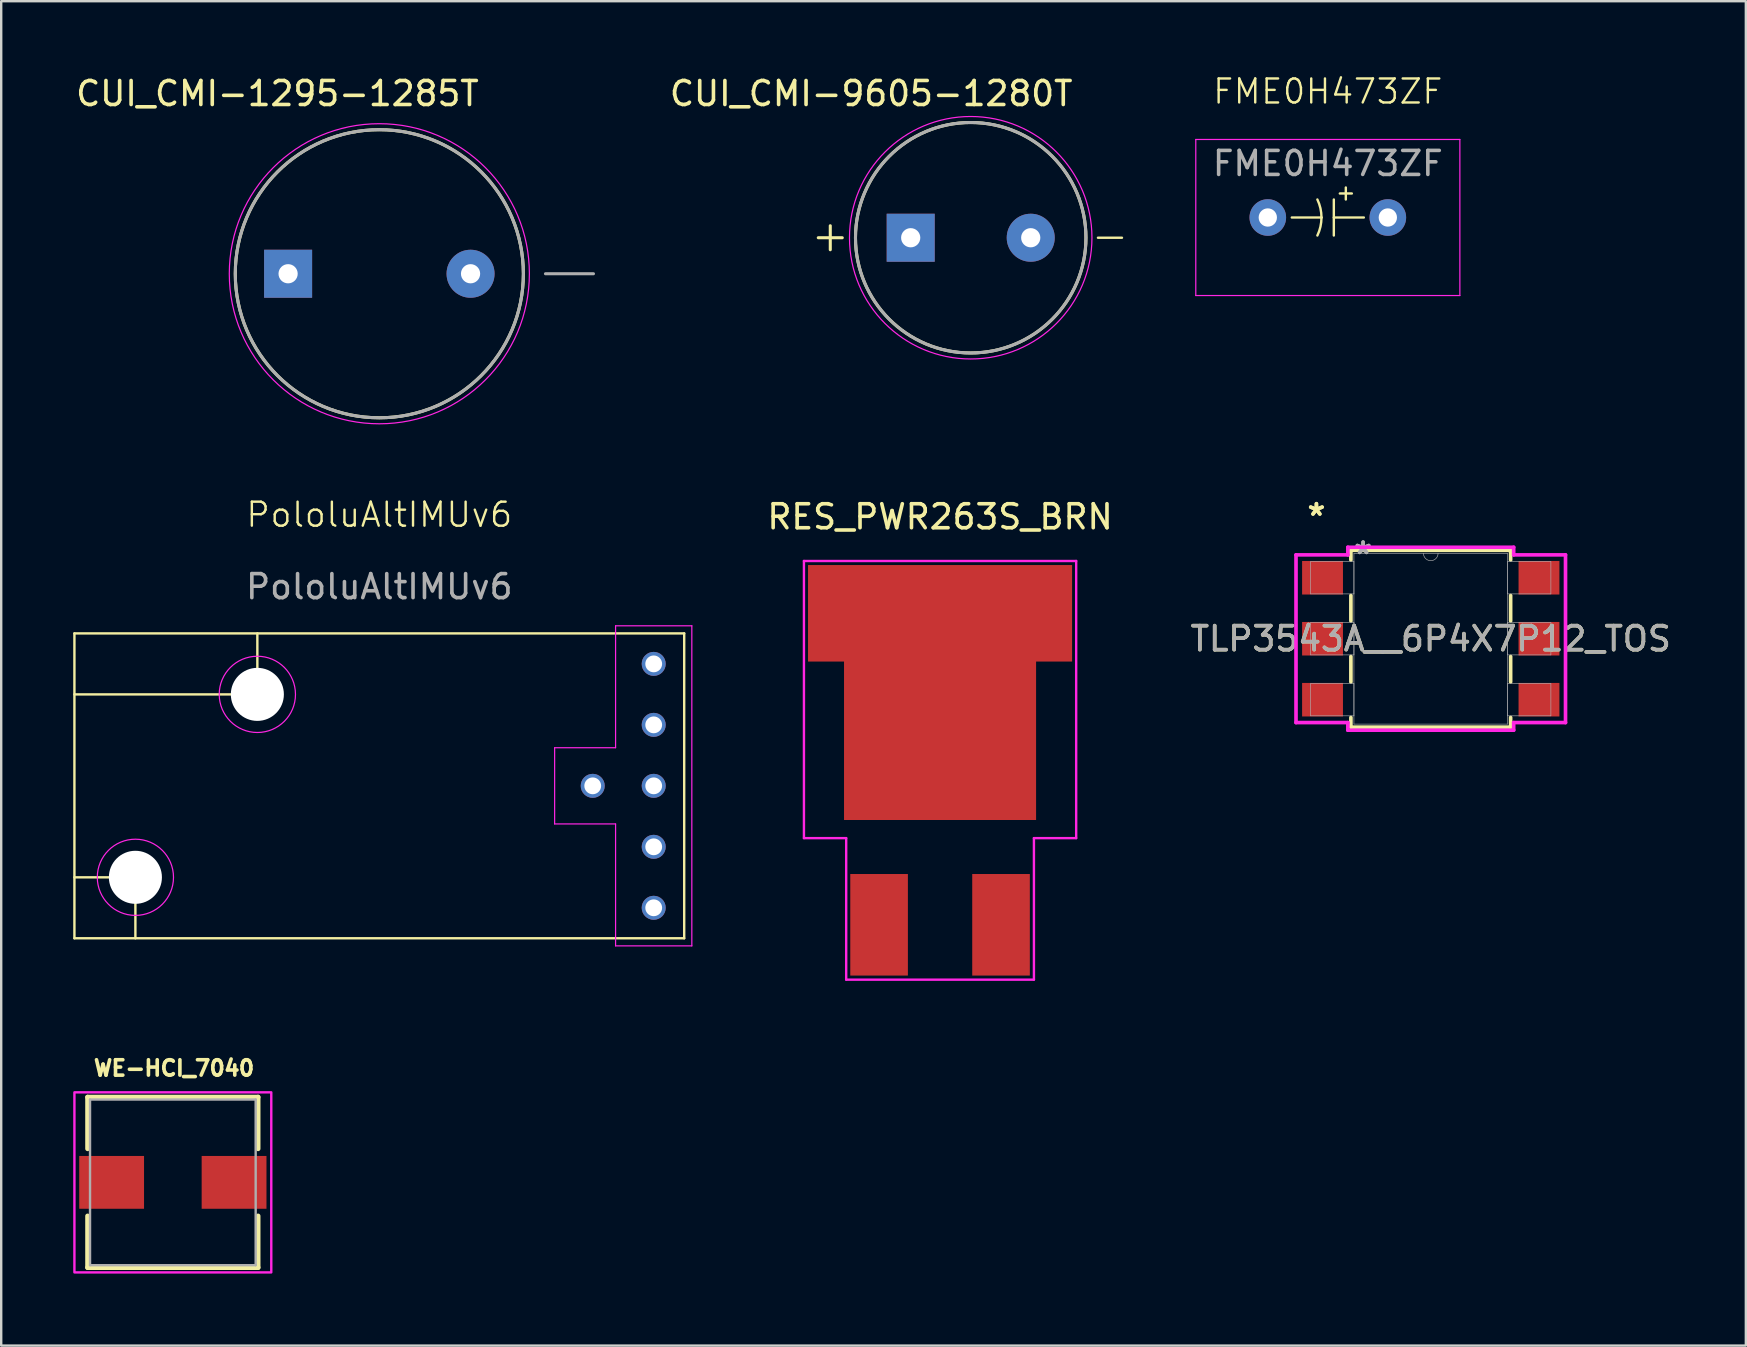
<source format=kicad_pcb>
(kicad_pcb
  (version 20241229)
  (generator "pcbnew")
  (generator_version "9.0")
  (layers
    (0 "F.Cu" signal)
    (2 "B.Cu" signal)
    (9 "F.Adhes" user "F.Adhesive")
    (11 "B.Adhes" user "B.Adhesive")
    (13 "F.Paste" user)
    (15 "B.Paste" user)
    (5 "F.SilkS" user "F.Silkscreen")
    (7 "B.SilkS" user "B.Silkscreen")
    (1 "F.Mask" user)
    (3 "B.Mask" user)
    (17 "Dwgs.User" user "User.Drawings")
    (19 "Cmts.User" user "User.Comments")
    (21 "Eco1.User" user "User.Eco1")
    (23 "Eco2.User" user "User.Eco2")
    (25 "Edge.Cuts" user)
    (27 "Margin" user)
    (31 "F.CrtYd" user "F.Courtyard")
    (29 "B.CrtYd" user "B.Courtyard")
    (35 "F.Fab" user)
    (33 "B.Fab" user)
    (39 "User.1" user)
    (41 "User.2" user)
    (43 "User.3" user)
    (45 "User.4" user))
  (footprint "FME0H473ZF"
    (layer "F.Cu")
    (at 52.26 1.26)
    (property "Reference" "FME0H473ZF" (at 0 -0.5 0) (unlocked yes) (layer "F.SilkS") (effects (font (size 1 1) (thickness 0.1))))
    (attr through_hole)
    (fp_line (start -1.5 4.75) (end -0.264 4.75) (stroke (width 0.1) (type default)) (layer "F.SilkS"))
    (fp_line (start 0.25 4) (end 0.25 5.5) (stroke (width 0.1) (type default)) (layer "F.SilkS"))
    (fp_line (start 0.25 4.75) (end 1.5 4.75) (stroke (width 0.1) (type default)) (layer "F.SilkS"))
    (fp_line (start 0.5 3.75) (end 1 3.75) (stroke (width 0.1) (type default)) (layer "F.SilkS"))
    (fp_line (start 0.75 3.5) (end 0.75 4) (stroke (width 0.1) (type default)) (layer "F.SilkS"))
    (fp_arc (start -0.434752 4) (mid -0.307482 4.365442) (end -0.264345 4.75) (stroke (width 0.1) (type default)) (layer "F.SilkS"))
    (fp_arc (start -0.264345 4.75) (mid -0.307483 5.134558) (end -0.434753 5.5) (stroke (width 0.1) (type default)) (layer "F.SilkS"))
    (fp_line (start -5.5 1.5) (end 5.5 1.5) (stroke (width 0.05) (type default)) (layer "F.CrtYd"))
    (fp_line (start -5.5 8) (end -5.5 1.5) (stroke (width 0.05) (type default)) (layer "F.CrtYd"))
    (fp_line (start 5.5 1.5) (end 5.5 8) (stroke (width 0.05) (type default)) (layer "F.CrtYd"))
    (fp_line (start 5.5 8) (end -5.5 8) (stroke (width 0.05) (type default)) (layer "F.CrtYd"))
    (fp_text user "${REFERENCE}" (at 0 2.5 0) (unlocked yes) (layer "F.Fab") (effects (font (size 1 1) (thickness 0.15))))
    (pad "1" thru_hole circle (at -2.5 4.75) (size 1.524 1.524) (drill 0.762) (layers "*.Cu" "*.Mask"))
    (pad "2" thru_hole circle (at 2.5 4.75) (size 1.524 1.524) (drill 0.762) (layers "*.Cu" "*.Mask")))
  (footprint "CUI_CMI-1295-1285T"
    (layer "F.Cu")
    (at 12.751 8.353)
    (property "Reference" "CUI_CMI-1295-1285T" (at -4.245 -7.505 0) (layer "F.SilkS") (effects (font (size 1 1) (thickness 0.15))))
    (attr through_hole)
    (fp_circle (center 0 0) (end 6 0) (stroke (width 0.127) (type solid)) (fill no) (layer "F.SilkS"))
    (fp_circle (center 0 0) (end 6.25 0) (stroke (width 0.05) (type solid)) (fill no) (layer "F.CrtYd"))
    (fp_line (start 6.92 0) (end 8.92 0) (stroke (width 0.127) (type solid)) (layer "F.Fab"))
    (fp_circle (center 0 0) (end 6 0) (stroke (width 0.127) (type solid)) (fill no) (layer "F.Fab"))
    (pad "1" thru_hole rect (at -3.8 0) (size 2 2) (drill 0.8) (layers "*.Cu" "*.Mask"))
    (pad "2" thru_hole circle (at 3.8 0) (size 2 2) (drill 0.8) (layers "*.Cu" "*.Mask")))
  (footprint "RES_PWR263S_BRN"
    (layer "F.Cu")
    (at 36.108 18.477)
    (property "Reference" "RES_PWR263S_BRN" (at 0 0 0) (unlocked yes) (layer "F.SilkS") (effects (font (size 1 1) (thickness 0.15))))
    (attr smd)
    (fp_line (start -5.67 1.84) (end -5.67 13.385) (stroke (width 0.1) (type default)) (layer "F.CrtYd"))
    (fp_line (start -3.91 13.385) (end -5.67 13.385) (stroke (width 0.1) (type default)) (layer "F.CrtYd"))
    (fp_line (start -3.91 13.385) (end -3.91 19.28) (stroke (width 0.1) (type default)) (layer "F.CrtYd"))
    (fp_line (start 3.91 13.385) (end 3.91 19.28) (stroke (width 0.1) (type default)) (layer "F.CrtYd"))
    (fp_line (start 3.91 13.385) (end 5.67 13.385) (stroke (width 0.1) (type default)) (layer "F.CrtYd"))
    (fp_line (start 3.91 19.28) (end -3.91 19.28) (stroke (width 0.1) (type default)) (layer "F.CrtYd"))
    (fp_line (start 5.67 1.84) (end -5.67 1.84) (stroke (width 0.1) (type default)) (layer "F.CrtYd"))
    (fp_line (start 5.67 1.84) (end 5.67 13.385) (stroke (width 0.1) (type default)) (layer "F.CrtYd"))
    (pad "1" smd rect (at -2.54 16.995) (size 2.4 4.23) (layers "F.Cu" "F.Mask" "F.Paste"))
    (pad "2" smd rect (at 2.54 16.995) (size 2.4 4.23) (layers "F.Cu" "F.Mask" "F.Paste"))
    (pad "3" smd custom (at 0 4.02) (size 11 4.02) (layers "F.Cu" "F.Mask" "F.Paste") (options (anchor rect)) (primitives (gr_rect (start -4 -1.91) (end 4 8.61) (width 0) (fill yes)))))
  (footprint "PololuAltIMUv6"
    (layer "F.Cu")
    (at 12.75 18.889)
    (property "Reference" "PololuAltIMUv6" (at 0 -0.5 0) (unlocked yes) (layer "F.SilkS") (effects (font (size 1 1) (thickness 0.1))))
    (attr through_hole)
    (fp_line (start -12.7 4.445) (end 12.7 4.445) (stroke (width 0.1) (type default)) (layer "F.SilkS"))
    (fp_line (start -12.7 14.605) (end -10.16 14.605) (stroke (width 0.1) (type default)) (layer "F.SilkS"))
    (fp_line (start -12.7 17.145) (end -12.7 4.445) (stroke (width 0.1) (type default)) (layer "F.SilkS"))
    (fp_line (start -10.16 14.605) (end -10.16 17.145) (stroke (width 0.1) (type default)) (layer "F.SilkS"))
    (fp_line (start -5.08 6.985) (end -12.7 6.985) (stroke (width 0.1) (type default)) (layer "F.SilkS"))
    (fp_line (start -5.08 6.985) (end -5.08 4.445) (stroke (width 0.1) (type default)) (layer "F.SilkS"))
    (fp_line (start 12.7 4.445) (end 12.7 17.145) (stroke (width 0.1) (type default)) (layer "F.SilkS"))
    (fp_line (start 12.7 17.145) (end -12.7 17.145) (stroke (width 0.1) (type default)) (layer "F.SilkS"))
    (fp_line (start 7.303 9.207) (end 9.842 9.207) (stroke (width 0.05) (type default)) (layer "F.CrtYd"))
    (fp_line (start 7.303 12.383) (end 7.303 9.207) (stroke (width 0.05) (type default)) (layer "F.CrtYd"))
    (fp_line (start 9.842 4.128) (end 9.842 9.207) (stroke (width 0.05) (type default)) (layer "F.CrtYd"))
    (fp_line (start 9.842 4.128) (end 13.018 4.128) (stroke (width 0.05) (type default)) (layer "F.CrtYd"))
    (fp_line (start 9.842 12.383) (end 7.303 12.383) (stroke (width 0.05) (type default)) (layer "F.CrtYd"))
    (fp_line (start 9.842 12.383) (end 9.842 17.462) (stroke (width 0.05) (type default)) (layer "F.CrtYd"))
    (fp_line (start 9.842 17.462) (end 13.018 17.462) (stroke (width 0.05) (type default)) (layer "F.CrtYd"))
    (fp_line (start 13.018 4.128) (end 13.018 17.462) (stroke (width 0.05) (type default)) (layer "F.CrtYd"))
    (fp_circle (center -10.16 14.605) (end -10.16 13.018) (stroke (width 0.05) (type default)) (fill no) (layer "F.CrtYd"))
    (fp_circle (center -5.08 6.985) (end -5.08 5.397) (stroke (width 0.05) (type default)) (fill no) (layer "F.CrtYd"))
    (fp_text user "${REFERENCE}" (at 0 2.5 0) (unlocked yes) (layer "F.Fab") (effects (font (size 1 1) (thickness 0.15))))
    (pad "" np_thru_hole circle (at -10.16 14.605) (size 2.21 2.21) (drill 2.21) (layers "*.Cu" "*.Mask"))
    (pad "" np_thru_hole circle (at -5.08 6.985) (size 2.21 2.21) (drill 2.21) (layers "*.Cu" "*.Mask"))
    (pad "1" thru_hole oval (at 8.89 10.795) (size 1 1) (drill 0.7) (layers "*.Cu" "*.Mask"))
    (pad "2" thru_hole oval (at 11.43 5.715) (size 1 1) (drill 0.7) (layers "*.Cu" "*.Mask"))
    (pad "3" thru_hole oval (at 11.43 8.255) (size 1 1) (drill 0.7) (layers "*.Cu" "*.Mask"))
    (pad "4" thru_hole oval (at 11.43 10.795) (size 1 1) (drill 0.7) (layers "*.Cu" "*.Mask"))
    (pad "5" thru_hole oval (at 11.43 13.335) (size 1 1) (drill 0.7) (layers "*.Cu" "*.Mask"))
    (pad "6" thru_hole oval (at 11.43 15.875) (size 1 1) (drill 0.7) (layers "*.Cu" "*.Mask")))
  (footprint "CUI_CMI-9605-1280T"
    (layer "F.Cu")
    (at 37.385 6.853)
    (property "Reference" "CUI_CMI-9605-1280T" (at -4.145 -6.005 0) (layer "F.SilkS") (effects (font (size 1 1) (thickness 0.15))))
    (attr through_hole)
    (fp_line (start -6.35 0) (end -5.35 0) (stroke (width 0.127) (type solid)) (layer "F.SilkS"))
    (fp_line (start -5.85 -0.5) (end -5.85 0.5) (stroke (width 0.127) (type solid)) (layer "F.SilkS"))
    (fp_line (start 5.3 0) (end 6.3 0) (stroke (width 0.1) (type default)) (layer "F.SilkS"))
    (fp_circle (center 0 0) (end 4.8 0) (stroke (width 0.127) (type solid)) (fill no) (layer "F.SilkS"))
    (fp_circle (center 0 0) (end 5.05 0) (stroke (width 0.05) (type solid)) (fill no) (layer "F.CrtYd"))
    (fp_circle (center 0 0) (end 4.8 0) (stroke (width 0.127) (type solid)) (fill no) (layer "F.Fab"))
    (pad "1" thru_hole rect (at -2.5 0) (size 2 2) (drill 0.8) (layers "*.Cu" "*.Mask"))
    (pad "2" thru_hole circle (at 2.5 0) (size 2 2) (drill 0.8) (layers "*.Cu" "*.Mask")))
  (footprint "WE-HCI_7040"
    (layer "F.Cu")
    (at 4.15 46.201)
    (property "Reference" "WE-HCI_7040" (at 0.05 -4.756 0) (layer "F.SilkS") (effects (font (size 0.64 0.64) (thickness 0.15))))
    (attr smd)
    (fp_line (start -3.55 -3.55) (end 3.55 -3.55) (stroke (width 0.2) (type solid)) (layer "F.SilkS"))
    (fp_line (start -3.55 -1.4) (end -3.55 -3.55) (stroke (width 0.2) (type solid)) (layer "F.SilkS"))
    (fp_line (start -3.55 1.4) (end -3.55 3.55) (stroke (width 0.2) (type solid)) (layer "F.SilkS"))
    (fp_line (start -3.55 3.55) (end 3.55 3.55) (stroke (width 0.2) (type solid)) (layer "F.SilkS"))
    (fp_line (start 3.55 -3.55) (end 3.55 -1.4) (stroke (width 0.2) (type solid)) (layer "F.SilkS"))
    (fp_line (start 3.55 3.55) (end 3.55 1.4) (stroke (width 0.2) (type solid)) (layer "F.SilkS"))
    (fp_poly (pts (xy -4.1 -3.75) (xy 4.1 -3.75) (xy 4.1 3.75) (xy -4.1 3.75)) (stroke (width 0.1) (type solid)) (fill no) (layer "F.CrtYd"))
    (fp_line (start -3.45 -3.45) (end -3.45 3.45) (stroke (width 0.1) (type solid)) (layer "F.Fab"))
    (fp_line (start -3.45 -3.45) (end 3.45 -3.45) (stroke (width 0.1) (type solid)) (layer "F.Fab"))
    (fp_line (start -3.45 3.45) (end 3.45 3.45) (stroke (width 0.1) (type solid)) (layer "F.Fab"))
    (fp_line (start 3.45 -3.45) (end 3.45 3.45) (stroke (width 0.1) (type solid)) (layer "F.Fab"))
    (pad "1" smd rect (at -2.55 0) (size 2.7 2.2) (layers "F.Cu" "F.Mask" "F.Paste"))
    (pad "2" smd rect (at 2.55 0) (size 2.7 2.2) (layers "F.Cu" "F.Mask" "F.Paste")))
  (footprint "TLP3543A__6P4X7P12_TOS"
    (layer "F.Cu")
    (at 56.548 23.556)
    (property "Reference" "TLP3543A__6P4X7P12_TOS" (at 0 0 0) (unlocked yes) (layer "F.SilkS") (effects (font (size 1 1) (thickness 0.15))))
    (attr smd)
    (fp_line (start -3.327 -3.683) (end -3.327 -3.28) (stroke (width 0.152) (type solid)) (layer "F.SilkS"))
    (fp_line (start -3.327 -1.8) (end -3.327 -0.74) (stroke (width 0.152) (type solid)) (layer "F.SilkS"))
    (fp_line (start -3.327 0.74) (end -3.327 1.8) (stroke (width 0.152) (type solid)) (layer "F.SilkS"))
    (fp_line (start -3.327 3.28) (end -3.327 3.683) (stroke (width 0.152) (type solid)) (layer "F.SilkS"))
    (fp_line (start -3.327 3.683) (end 3.327 3.683) (stroke (width 0.152) (type solid)) (layer "F.SilkS"))
    (fp_line (start 3.327 -3.683) (end -3.327 -3.683) (stroke (width 0.152) (type solid)) (layer "F.SilkS"))
    (fp_line (start 3.327 -3.28) (end 3.327 -3.683) (stroke (width 0.152) (type solid)) (layer "F.SilkS"))
    (fp_line (start 3.327 -0.74) (end 3.327 -1.8) (stroke (width 0.152) (type solid)) (layer "F.SilkS"))
    (fp_line (start 3.327 1.8) (end 3.327 0.74) (stroke (width 0.152) (type solid)) (layer "F.SilkS"))
    (fp_line (start 3.327 3.683) (end 3.327 3.28) (stroke (width 0.152) (type solid)) (layer "F.SilkS"))
    (fp_line (start -5.613 -3.493) (end -3.454 -3.493) (stroke (width 0.152) (type solid)) (layer "F.CrtYd"))
    (fp_line (start -5.613 3.493) (end -5.613 -3.493) (stroke (width 0.152) (type solid)) (layer "F.CrtYd"))
    (fp_line (start -5.613 3.493) (end -3.454 3.493) (stroke (width 0.152) (type solid)) (layer "F.CrtYd"))
    (fp_line (start -3.454 -3.81) (end 3.454 -3.81) (stroke (width 0.152) (type solid)) (layer "F.CrtYd"))
    (fp_line (start -3.454 -3.493) (end -3.454 -3.81) (stroke (width 0.152) (type solid)) (layer "F.CrtYd"))
    (fp_line (start -3.454 3.81) (end -3.454 3.493) (stroke (width 0.152) (type solid)) (layer "F.CrtYd"))
    (fp_line (start 3.454 -3.81) (end 3.454 -3.493) (stroke (width 0.152) (type solid)) (layer "F.CrtYd"))
    (fp_line (start 3.454 3.493) (end 3.454 3.81) (stroke (width 0.152) (type solid)) (layer "F.CrtYd"))
    (fp_line (start 3.454 3.81) (end -3.454 3.81) (stroke (width 0.152) (type solid)) (layer "F.CrtYd"))
    (fp_line (start 5.613 -3.493) (end 3.454 -3.493) (stroke (width 0.152) (type solid)) (layer "F.CrtYd"))
    (fp_line (start 5.613 -3.493) (end 5.613 3.493) (stroke (width 0.152) (type solid)) (layer "F.CrtYd"))
    (fp_line (start 5.613 3.493) (end 3.454 3.493) (stroke (width 0.152) (type solid)) (layer "F.CrtYd"))
    (fp_line (start -5.004 -3.213) (end -5.004 -1.867) (stroke (width 0.025) (type solid)) (layer "F.Fab"))
    (fp_line (start -5.004 -1.867) (end -3.2 -1.867) (stroke (width 0.025) (type solid)) (layer "F.Fab"))
    (fp_line (start -5.004 -0.673) (end -5.004 0.673) (stroke (width 0.025) (type solid)) (layer "F.Fab"))
    (fp_line (start -5.004 0.673) (end -3.2 0.673) (stroke (width 0.025) (type solid)) (layer "F.Fab"))
    (fp_line (start -5.004 1.867) (end -5.004 3.213) (stroke (width 0.025) (type solid)) (layer "F.Fab"))
    (fp_line (start -5.004 3.213) (end -3.2 3.213) (stroke (width 0.025) (type solid)) (layer "F.Fab"))
    (fp_line (start -3.2 -3.556) (end -3.2 3.556) (stroke (width 0.025) (type solid)) (layer "F.Fab"))
    (fp_line (start -3.2 -3.213) (end -5.004 -3.213) (stroke (width 0.025) (type solid)) (layer "F.Fab"))
    (fp_line (start -3.2 -1.867) (end -3.2 -3.213) (stroke (width 0.025) (type solid)) (layer "F.Fab"))
    (fp_line (start -3.2 -0.673) (end -5.004 -0.673) (stroke (width 0.025) (type solid)) (layer "F.Fab"))
    (fp_line (start -3.2 0.673) (end -3.2 -0.673) (stroke (width 0.025) (type solid)) (layer "F.Fab"))
    (fp_line (start -3.2 1.867) (end -5.004 1.867) (stroke (width 0.025) (type solid)) (layer "F.Fab"))
    (fp_line (start -3.2 3.213) (end -3.2 1.867) (stroke (width 0.025) (type solid)) (layer "F.Fab"))
    (fp_line (start -3.2 3.556) (end 3.2 3.556) (stroke (width 0.025) (type solid)) (layer "F.Fab"))
    (fp_line (start 3.2 -3.556) (end -3.2 -3.556) (stroke (width 0.025) (type solid)) (layer "F.Fab"))
    (fp_line (start 3.2 -3.213) (end 3.2 -1.867) (stroke (width 0.025) (type solid)) (layer "F.Fab"))
    (fp_line (start 3.2 -1.867) (end 5.004 -1.867) (stroke (width 0.025) (type solid)) (layer "F.Fab"))
    (fp_line (start 3.2 -0.673) (end 3.2 0.673) (stroke (width 0.025) (type solid)) (layer "F.Fab"))
    (fp_line (start 3.2 0.673) (end 5.004 0.673) (stroke (width 0.025) (type solid)) (layer "F.Fab"))
    (fp_line (start 3.2 1.867) (end 3.2 3.213) (stroke (width 0.025) (type solid)) (layer "F.Fab"))
    (fp_line (start 3.2 3.213) (end 5.004 3.213) (stroke (width 0.025) (type solid)) (layer "F.Fab"))
    (fp_line (start 3.2 3.556) (end 3.2 -3.556) (stroke (width 0.025) (type solid)) (layer "F.Fab"))
    (fp_line (start 5.004 -3.213) (end 3.2 -3.213) (stroke (width 0.025) (type solid)) (layer "F.Fab"))
    (fp_line (start 5.004 -1.867) (end 5.004 -3.213) (stroke (width 0.025) (type solid)) (layer "F.Fab"))
    (fp_line (start 5.004 -0.673) (end 3.2 -0.673) (stroke (width 0.025) (type solid)) (layer "F.Fab"))
    (fp_line (start 5.004 0.673) (end 5.004 -0.673) (stroke (width 0.025) (type solid)) (layer "F.Fab"))
    (fp_line (start 5.004 1.867) (end 3.2 1.867) (stroke (width 0.025) (type solid)) (layer "F.Fab"))
    (fp_line (start 5.004 3.213) (end 5.004 1.867) (stroke (width 0.025) (type solid)) (layer "F.Fab"))
    (fp_arc (start 0.3048 -3.556) (mid 0 -3.2512) (end -0.3048 -3.556) (stroke (width 0.0254) (type solid)) (layer "F.Fab"))
    (fp_text user "*" (at -4.763 -5.08 0) (unlocked yes) (layer "F.SilkS") (effects (font (size 1 1) (thickness 0.15))))
    (fp_text user "*" (at -4.763 -5.08 0) (layer "F.SilkS") (effects (font (size 1 1) (thickness 0.15))))
    (fp_text user "${REFERENCE}" (at 0 0 0) (unlocked yes) (layer "F.Fab") (effects (font (size 1 1) (thickness 0.15))))
    (fp_text user "*" (at -2.819 -3.48 0) (layer "F.Fab") (effects (font (size 1 1) (thickness 0.15))))
    (fp_text user "*" (at -2.819 -3.48 0) (unlocked yes) (layer "F.Fab") (effects (font (size 1 1) (thickness 0.15))))
    (pad "1" smd rect (at -4.508 -2.54) (size 1.702 1.397) (layers "F.Cu" "F.Mask" "F.Paste"))
    (pad "2" smd rect (at -4.508 0) (size 1.702 1.397) (layers "F.Cu" "F.Mask" "F.Paste"))
    (pad "3" smd rect (at -4.508 2.54) (size 1.702 1.397) (layers "F.Cu" "F.Mask" "F.Paste"))
    (pad "4" smd rect (at 4.508 2.54) (size 1.702 1.397) (layers "F.Cu" "F.Mask" "F.Paste"))
    (pad "5" smd rect (at 4.508 0) (size 1.702 1.397) (layers "F.Cu" "F.Mask" "F.Paste"))
    (pad "6" smd rect (at 4.508 -2.54) (size 1.702 1.397) (layers "F.Cu" "F.Mask" "F.Paste")))
  (gr_rect
    (start -3 -3)
    (end 69.673 53.001)
    (stroke (width 0.1) (type default))
    (fill no)
    (layer "Edge.Cuts")))
</source>
